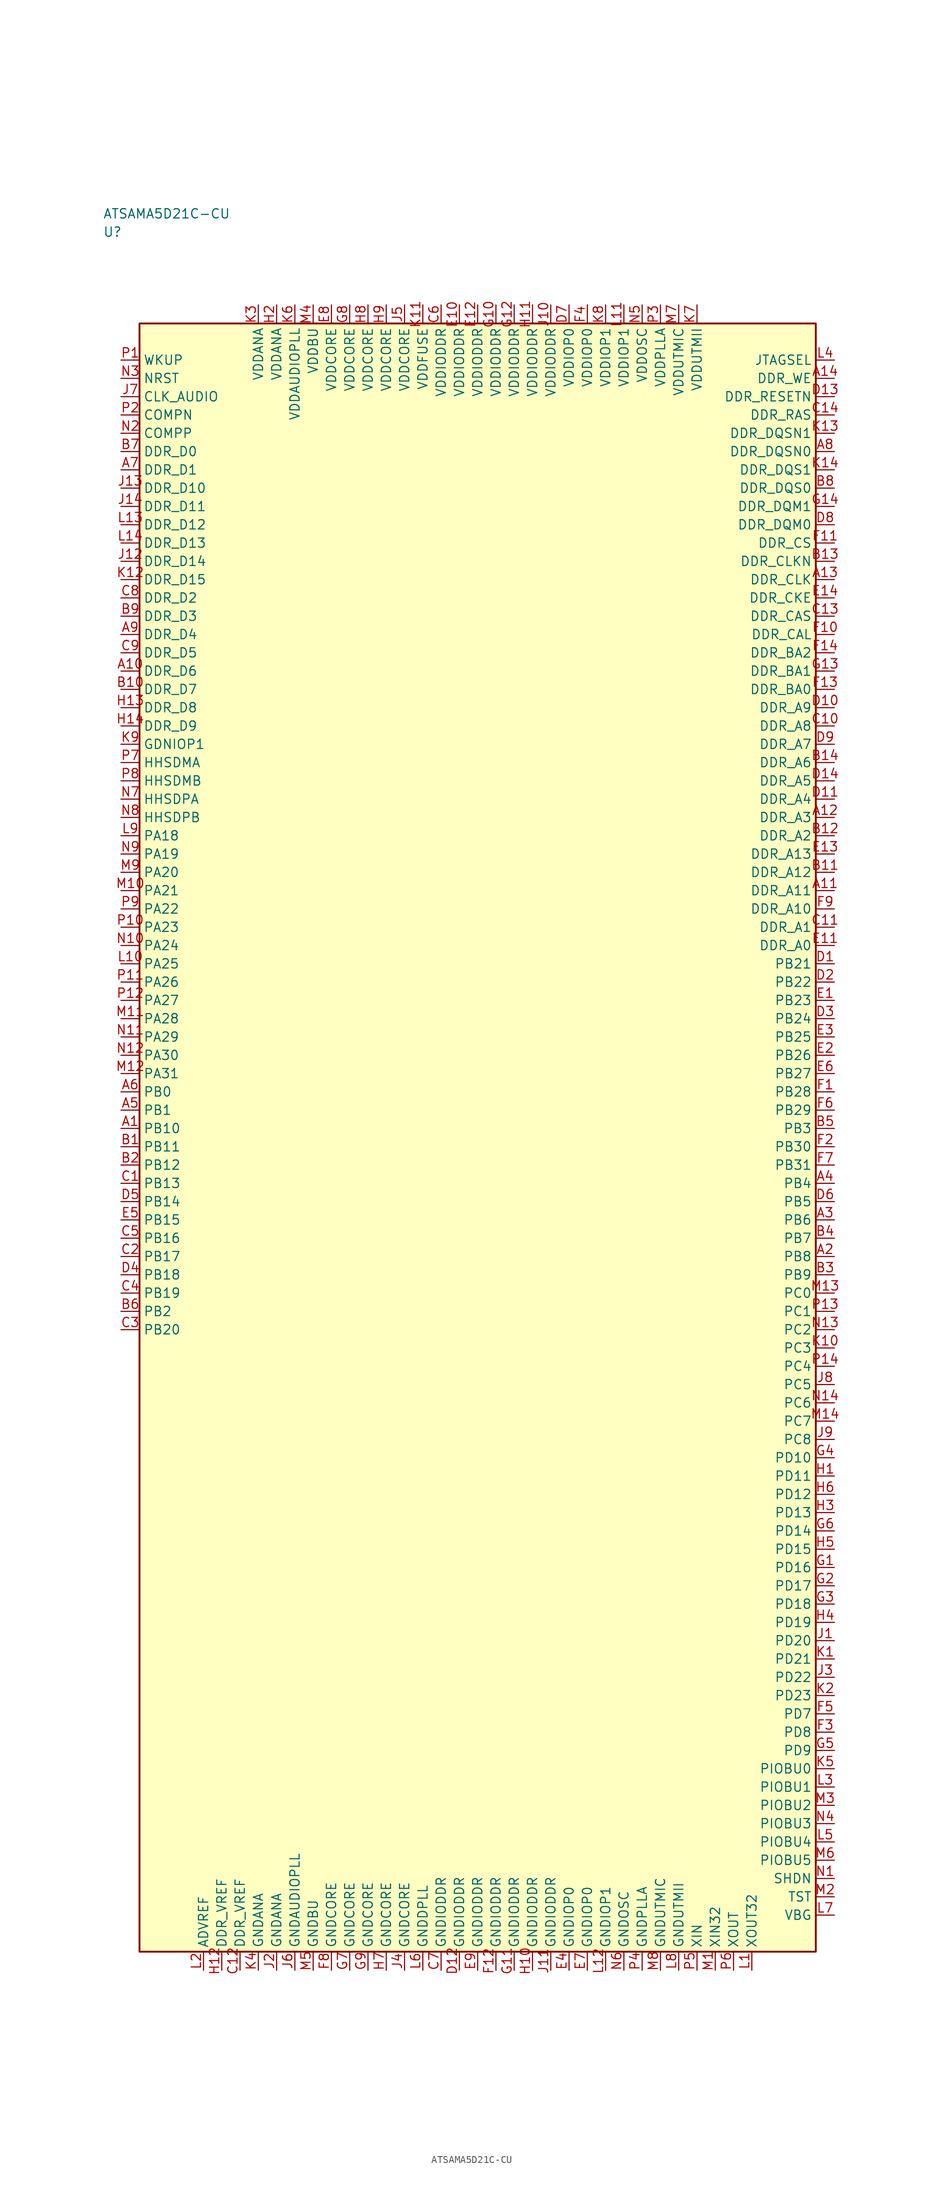
<source format=kicad_sym>
(kicad_symbol_lib
  (version 20241025)
  (generator "kicad_symbol_editor")
  (generator_version "8.0")
  (symbol "ATSAMA5D21C-CU"
    (property "Reference" "U"
      (at -51.25 123.75 0)
      (effects (font (size 1.27 1.27)) (justify left)))
    (property "Value" "ATSAMA5D21C-CU"
      (at -51.25 126.25 0)
      (effects (font (size 1.27 1.27)) (justify left)))
    (symbol "ATSAMA5D21C-CU_0_1"
      (rectangle (start -46.25 111.25) (end 46.25 -111.25) (stroke (width 0.254) (type default)) (fill (type background))))
    (symbol "ATSAMA5D21C-CU_1_1"
      (pin bidirectional line (at -48.79 41.25 0.0) (length 2.54) (name "PA18" (effects (font (size 1.27 1.27)))) (number "L9" (effects (font (size 1.27 1.27)))))
      (pin bidirectional line (at -48.79 38.75 0.0) (length 2.54) (name "PA19" (effects (font (size 1.27 1.27)))) (number "N9" (effects (font (size 1.27 1.27)))))
      (pin bidirectional line (at -48.79 36.25 0.0) (length 2.54) (name "PA20" (effects (font (size 1.27 1.27)))) (number "M9" (effects (font (size 1.27 1.27)))))
      (pin bidirectional line (at -48.79 33.75 0.0) (length 2.54) (name "PA21" (effects (font (size 1.27 1.27)))) (number "M10" (effects (font (size 1.27 1.27)))))
      (pin bidirectional line (at -48.79 31.25 0.0) (length 2.54) (name "PA22" (effects (font (size 1.27 1.27)))) (number "P9" (effects (font (size 1.27 1.27)))))
      (pin bidirectional line (at -48.79 28.75 0.0) (length 2.54) (name "PA23" (effects (font (size 1.27 1.27)))) (number "P10" (effects (font (size 1.27 1.27)))))
      (pin bidirectional line (at -48.79 26.25 0.0) (length 2.54) (name "PA24" (effects (font (size 1.27 1.27)))) (number "N10" (effects (font (size 1.27 1.27)))))
      (pin bidirectional line (at -48.79 23.75 0.0) (length 2.54) (name "PA25" (effects (font (size 1.27 1.27)))) (number "L10" (effects (font (size 1.27 1.27)))))
      (pin bidirectional line (at -48.79 21.25 0.0) (length 2.54) (name "PA26" (effects (font (size 1.27 1.27)))) (number "P11" (effects (font (size 1.27 1.27)))))
      (pin bidirectional line (at -48.79 18.75 0.0) (length 2.54) (name "PA27" (effects (font (size 1.27 1.27)))) (number "P12" (effects (font (size 1.27 1.27)))))
      (pin bidirectional line (at -48.79 16.25 0.0) (length 2.54) (name "PA28" (effects (font (size 1.27 1.27)))) (number "M11" (effects (font (size 1.27 1.27)))))
      (pin bidirectional line (at -48.79 13.75 0.0) (length 2.54) (name "PA29" (effects (font (size 1.27 1.27)))) (number "N11" (effects (font (size 1.27 1.27)))))
      (pin bidirectional line (at -48.79 11.25 0.0) (length 2.54) (name "PA30" (effects (font (size 1.27 1.27)))) (number "N12" (effects (font (size 1.27 1.27)))))
      (pin bidirectional line (at -48.79 8.75 0.0) (length 2.54) (name "PA31" (effects (font (size 1.27 1.27)))) (number "M12" (effects (font (size 1.27 1.27)))))
      (pin bidirectional line (at -48.79 6.25 0.0) (length 2.54) (name "PB0" (effects (font (size 1.27 1.27)))) (number "A6" (effects (font (size 1.27 1.27)))))
      (pin bidirectional line (at -48.79 3.75 0.0) (length 2.54) (name "PB1" (effects (font (size 1.27 1.27)))) (number "A5" (effects (font (size 1.27 1.27)))))
      (pin bidirectional line (at -48.79 -23.75 0.0) (length 2.54) (name "PB2" (effects (font (size 1.27 1.27)))) (number "B6" (effects (font (size 1.27 1.27)))))
      (pin bidirectional line (at 48.79 1.25 180.0) (length 2.54) (name "PB3" (effects (font (size 1.27 1.27)))) (number "B5" (effects (font (size 1.27 1.27)))))
      (pin bidirectional line (at 48.79 -6.25 180.0) (length 2.54) (name "PB4" (effects (font (size 1.27 1.27)))) (number "A4" (effects (font (size 1.27 1.27)))))
      (pin bidirectional line (at 48.79 -8.75 180.0) (length 2.54) (name "PB5" (effects (font (size 1.27 1.27)))) (number "D6" (effects (font (size 1.27 1.27)))))
      (pin bidirectional line (at 48.79 -11.25 180.0) (length 2.54) (name "PB6" (effects (font (size 1.27 1.27)))) (number "A3" (effects (font (size 1.27 1.27)))))
      (pin bidirectional line (at 48.79 -13.75 180.0) (length 2.54) (name "PB7" (effects (font (size 1.27 1.27)))) (number "B4" (effects (font (size 1.27 1.27)))))
      (pin bidirectional line (at 48.79 -16.25 180.0) (length 2.54) (name "PB8" (effects (font (size 1.27 1.27)))) (number "A2" (effects (font (size 1.27 1.27)))))
      (pin bidirectional line (at 48.79 -18.75 180.0) (length 2.54) (name "PB9" (effects (font (size 1.27 1.27)))) (number "B3" (effects (font (size 1.27 1.27)))))
      (pin bidirectional line (at -48.79 1.25 0.0) (length 2.54) (name "PB10" (effects (font (size 1.27 1.27)))) (number "A1" (effects (font (size 1.27 1.27)))))
      (pin bidirectional line (at -48.79 -1.25 0.0) (length 2.54) (name "PB11" (effects (font (size 1.27 1.27)))) (number "B1" (effects (font (size 1.27 1.27)))))
      (pin bidirectional line (at -48.79 -3.75 0.0) (length 2.54) (name "PB12" (effects (font (size 1.27 1.27)))) (number "B2" (effects (font (size 1.27 1.27)))))
      (pin bidirectional line (at -48.79 -6.25 0.0) (length 2.54) (name "PB13" (effects (font (size 1.27 1.27)))) (number "C1" (effects (font (size 1.27 1.27)))))
      (pin bidirectional line (at -48.79 -8.75 0.0) (length 2.54) (name "PB14" (effects (font (size 1.27 1.27)))) (number "D5" (effects (font (size 1.27 1.27)))))
      (pin bidirectional line (at -48.79 -11.25 0.0) (length 2.54) (name "PB15" (effects (font (size 1.27 1.27)))) (number "E5" (effects (font (size 1.27 1.27)))))
      (pin bidirectional line (at -48.79 -13.75 0.0) (length 2.54) (name "PB16" (effects (font (size 1.27 1.27)))) (number "C5" (effects (font (size 1.27 1.27)))))
      (pin bidirectional line (at -48.79 -16.25 0.0) (length 2.54) (name "PB17" (effects (font (size 1.27 1.27)))) (number "C2" (effects (font (size 1.27 1.27)))))
      (pin bidirectional line (at -48.79 -18.75 0.0) (length 2.54) (name "PB18" (effects (font (size 1.27 1.27)))) (number "D4" (effects (font (size 1.27 1.27)))))
      (pin bidirectional line (at -48.79 -21.25 0.0) (length 2.54) (name "PB19" (effects (font (size 1.27 1.27)))) (number "C4" (effects (font (size 1.27 1.27)))))
      (pin bidirectional line (at -48.79 -26.25 0.0) (length 2.54) (name "PB20" (effects (font (size 1.27 1.27)))) (number "C3" (effects (font (size 1.27 1.27)))))
      (pin bidirectional line (at 48.79 23.75 180.0) (length 2.54) (name "PB21" (effects (font (size 1.27 1.27)))) (number "D1" (effects (font (size 1.27 1.27)))))
      (pin bidirectional line (at 48.79 21.25 180.0) (length 2.54) (name "PB22" (effects (font (size 1.27 1.27)))) (number "D2" (effects (font (size 1.27 1.27)))))
      (pin bidirectional line (at 48.79 18.75 180.0) (length 2.54) (name "PB23" (effects (font (size 1.27 1.27)))) (number "E1" (effects (font (size 1.27 1.27)))))
      (pin bidirectional line (at 48.79 16.25 180.0) (length 2.54) (name "PB24" (effects (font (size 1.27 1.27)))) (number "D3" (effects (font (size 1.27 1.27)))))
      (pin bidirectional line (at 48.79 13.75 180.0) (length 2.54) (name "PB25" (effects (font (size 1.27 1.27)))) (number "E3" (effects (font (size 1.27 1.27)))))
      (pin bidirectional line (at 48.79 11.25 180.0) (length 2.54) (name "PB26" (effects (font (size 1.27 1.27)))) (number "E2" (effects (font (size 1.27 1.27)))))
      (pin bidirectional line (at 48.79 8.75 180.0) (length 2.54) (name "PB27" (effects (font (size 1.27 1.27)))) (number "E6" (effects (font (size 1.27 1.27)))))
      (pin bidirectional line (at 48.79 6.25 180.0) (length 2.54) (name "PB28" (effects (font (size 1.27 1.27)))) (number "F1" (effects (font (size 1.27 1.27)))))
      (pin bidirectional line (at 48.79 3.75 180.0) (length 2.54) (name "PB29" (effects (font (size 1.27 1.27)))) (number "F6" (effects (font (size 1.27 1.27)))))
      (pin bidirectional line (at 48.79 -1.25 180.0) (length 2.54) (name "PB30" (effects (font (size 1.27 1.27)))) (number "F2" (effects (font (size 1.27 1.27)))))
      (pin bidirectional line (at 48.79 -3.75 180.0) (length 2.54) (name "PB31" (effects (font (size 1.27 1.27)))) (number "F7" (effects (font (size 1.27 1.27)))))
      (pin bidirectional line (at 48.79 -21.25 180.0) (length 2.54) (name "PC0" (effects (font (size 1.27 1.27)))) (number "M13" (effects (font (size 1.27 1.27)))))
      (pin bidirectional line (at 48.79 -23.75 180.0) (length 2.54) (name "PC1" (effects (font (size 1.27 1.27)))) (number "P13" (effects (font (size 1.27 1.27)))))
      (pin bidirectional line (at 48.79 -26.25 180.0) (length 2.54) (name "PC2" (effects (font (size 1.27 1.27)))) (number "N13" (effects (font (size 1.27 1.27)))))
      (pin bidirectional line (at 48.79 -28.75 180.0) (length 2.54) (name "PC3" (effects (font (size 1.27 1.27)))) (number "K10" (effects (font (size 1.27 1.27)))))
      (pin bidirectional line (at 48.79 -31.25 180.0) (length 2.54) (name "PC4" (effects (font (size 1.27 1.27)))) (number "P14" (effects (font (size 1.27 1.27)))))
      (pin bidirectional line (at 48.79 -33.75 180.0) (length 2.54) (name "PC5" (effects (font (size 1.27 1.27)))) (number "J8" (effects (font (size 1.27 1.27)))))
      (pin bidirectional line (at 48.79 -36.25 180.0) (length 2.54) (name "PC6" (effects (font (size 1.27 1.27)))) (number "N14" (effects (font (size 1.27 1.27)))))
      (pin bidirectional line (at 48.79 -38.75 180.0) (length 2.54) (name "PC7" (effects (font (size 1.27 1.27)))) (number "M14" (effects (font (size 1.27 1.27)))))
      (pin bidirectional line (at 48.79 -41.25 180.0) (length 2.54) (name "PC8" (effects (font (size 1.27 1.27)))) (number "J9" (effects (font (size 1.27 1.27)))))
      (pin bidirectional line (at 48.79 -78.75 180.0) (length 2.54) (name "PD7" (effects (font (size 1.27 1.27)))) (number "F5" (effects (font (size 1.27 1.27)))))
      (pin bidirectional line (at 48.79 -81.25 180.0) (length 2.54) (name "PD8" (effects (font (size 1.27 1.27)))) (number "F3" (effects (font (size 1.27 1.27)))))
      (pin bidirectional line (at 48.79 -83.75 180.0) (length 2.54) (name "PD9" (effects (font (size 1.27 1.27)))) (number "G5" (effects (font (size 1.27 1.27)))))
      (pin bidirectional line (at 48.79 -43.75 180.0) (length 2.54) (name "PD10" (effects (font (size 1.27 1.27)))) (number "G4" (effects (font (size 1.27 1.27)))))
      (pin bidirectional line (at 48.79 -46.25 180.0) (length 2.54) (name "PD11" (effects (font (size 1.27 1.27)))) (number "H1" (effects (font (size 1.27 1.27)))))
      (pin bidirectional line (at 48.79 -48.75 180.0) (length 2.54) (name "PD12" (effects (font (size 1.27 1.27)))) (number "H6" (effects (font (size 1.27 1.27)))))
      (pin bidirectional line (at 48.79 -51.25 180.0) (length 2.54) (name "PD13" (effects (font (size 1.27 1.27)))) (number "H3" (effects (font (size 1.27 1.27)))))
      (pin bidirectional line (at 48.79 -53.75 180.0) (length 2.54) (name "PD14" (effects (font (size 1.27 1.27)))) (number "G6" (effects (font (size 1.27 1.27)))))
      (pin bidirectional line (at 48.79 -56.25 180.0) (length 2.54) (name "PD15" (effects (font (size 1.27 1.27)))) (number "H5" (effects (font (size 1.27 1.27)))))
      (pin bidirectional line (at 48.79 -58.75 180.0) (length 2.54) (name "PD16" (effects (font (size 1.27 1.27)))) (number "G1" (effects (font (size 1.27 1.27)))))
      (pin bidirectional line (at 48.79 -61.25 180.0) (length 2.54) (name "PD17" (effects (font (size 1.27 1.27)))) (number "G2" (effects (font (size 1.27 1.27)))))
      (pin bidirectional line (at 48.79 -63.75 180.0) (length 2.54) (name "PD18" (effects (font (size 1.27 1.27)))) (number "G3" (effects (font (size 1.27 1.27)))))
      (pin bidirectional line (at 48.79 -66.25 180.0) (length 2.54) (name "PD19" (effects (font (size 1.27 1.27)))) (number "H4" (effects (font (size 1.27 1.27)))))
      (pin bidirectional line (at 48.79 -68.75 180.0) (length 2.54) (name "PD20" (effects (font (size 1.27 1.27)))) (number "J1" (effects (font (size 1.27 1.27)))))
      (pin bidirectional line (at 48.79 -71.25 180.0) (length 2.54) (name "PD21" (effects (font (size 1.27 1.27)))) (number "K1" (effects (font (size 1.27 1.27)))))
      (pin bidirectional line (at 48.79 -73.75 180.0) (length 2.54) (name "PD22" (effects (font (size 1.27 1.27)))) (number "J3" (effects (font (size 1.27 1.27)))))
      (pin bidirectional line (at 48.79 -76.25 180.0) (length 2.54) (name "PD23" (effects (font (size 1.27 1.27)))) (number "K2" (effects (font (size 1.27 1.27)))))
      (pin power_in line (at -30.0 113.79 270.0) (length 2.54) (name "VDDANA" (effects (font (size 1.27 1.27)))) (number "K3" (effects (font (size 1.27 1.27)))))
      (pin passive line (at -30.0 -113.79 90.0) (length 2.54) (name "GNDANA" (effects (font (size 1.27 1.27)))) (number "K4" (effects (font (size 1.27 1.27)))))
      (pin passive line (at -37.5 -113.79 90.0) (length 2.54) (name "ADVREF" (effects (font (size 1.27 1.27)))) (number "L2" (effects (font (size 1.27 1.27)))))
      (pin power_in line (at -27.5 113.79 270.0) (length 2.54) (name "VDDANA" (effects (font (size 1.27 1.27)))) (number "H2" (effects (font (size 1.27 1.27)))))
      (pin passive line (at -27.5 -113.79 90.0) (length 2.54) (name "GNDANA" (effects (font (size 1.27 1.27)))) (number "J2" (effects (font (size 1.27 1.27)))))
      (pin passive line (at -35.0 -113.79 90.0) (length 2.54) (name "DDR_VREF" (effects (font (size 1.27 1.27)))) (number "H12" (effects (font (size 1.27 1.27)))))
      (pin passive line (at -32.5 -113.79 90.0) (length 2.54) (name "DDR_VREF" (effects (font (size 1.27 1.27)))) (number "C12" (effects (font (size 1.27 1.27)))))
      (pin bidirectional line (at -48.79 93.75 0.0) (length 2.54) (name "DDR_D0" (effects (font (size 1.27 1.27)))) (number "B7" (effects (font (size 1.27 1.27)))))
      (pin bidirectional line (at -48.79 91.25 0.0) (length 2.54) (name "DDR_D1" (effects (font (size 1.27 1.27)))) (number "A7" (effects (font (size 1.27 1.27)))))
      (pin bidirectional line (at -48.79 73.75 0.0) (length 2.54) (name "DDR_D2" (effects (font (size 1.27 1.27)))) (number "C8" (effects (font (size 1.27 1.27)))))
      (pin bidirectional line (at -48.79 71.25 0.0) (length 2.54) (name "DDR_D3" (effects (font (size 1.27 1.27)))) (number "B9" (effects (font (size 1.27 1.27)))))
      (pin bidirectional line (at -48.79 68.75 0.0) (length 2.54) (name "DDR_D4" (effects (font (size 1.27 1.27)))) (number "A9" (effects (font (size 1.27 1.27)))))
      (pin bidirectional line (at -48.79 66.25 0.0) (length 2.54) (name "DDR_D5" (effects (font (size 1.27 1.27)))) (number "C9" (effects (font (size 1.27 1.27)))))
      (pin bidirectional line (at -48.79 63.75 0.0) (length 2.54) (name "DDR_D6" (effects (font (size 1.27 1.27)))) (number "A10" (effects (font (size 1.27 1.27)))))
      (pin bidirectional line (at -48.79 61.25 0.0) (length 2.54) (name "DDR_D7" (effects (font (size 1.27 1.27)))) (number "B10" (effects (font (size 1.27 1.27)))))
      (pin bidirectional line (at -48.79 58.75 0.0) (length 2.54) (name "DDR_D8" (effects (font (size 1.27 1.27)))) (number "H13" (effects (font (size 1.27 1.27)))))
      (pin bidirectional line (at -48.79 56.25 0.0) (length 2.54) (name "DDR_D9" (effects (font (size 1.27 1.27)))) (number "H14" (effects (font (size 1.27 1.27)))))
      (pin bidirectional line (at -48.79 88.75 0.0) (length 2.54) (name "DDR_D10" (effects (font (size 1.27 1.27)))) (number "J13" (effects (font (size 1.27 1.27)))))
      (pin bidirectional line (at -48.79 86.25 0.0) (length 2.54) (name "DDR_D11" (effects (font (size 1.27 1.27)))) (number "J14" (effects (font (size 1.27 1.27)))))
      (pin bidirectional line (at -48.79 83.75 0.0) (length 2.54) (name "DDR_D12" (effects (font (size 1.27 1.27)))) (number "L13" (effects (font (size 1.27 1.27)))))
      (pin bidirectional line (at -48.79 81.25 0.0) (length 2.54) (name "DDR_D13" (effects (font (size 1.27 1.27)))) (number "L14" (effects (font (size 1.27 1.27)))))
      (pin bidirectional line (at -48.79 78.75 0.0) (length 2.54) (name "DDR_D14" (effects (font (size 1.27 1.27)))) (number "J12" (effects (font (size 1.27 1.27)))))
      (pin bidirectional line (at -48.79 76.25 0.0) (length 2.54) (name "DDR_D15" (effects (font (size 1.27 1.27)))) (number "K12" (effects (font (size 1.27 1.27)))))
      (pin output line (at 48.79 26.25 180.0) (length 2.54) (name "DDR_A0" (effects (font (size 1.27 1.27)))) (number "E11" (effects (font (size 1.27 1.27)))))
      (pin output line (at 48.79 28.75 180.0) (length 2.54) (name "DDR_A1" (effects (font (size 1.27 1.27)))) (number "C11" (effects (font (size 1.27 1.27)))))
      (pin output line (at 48.79 41.25 180.0) (length 2.54) (name "DDR_A2" (effects (font (size 1.27 1.27)))) (number "B12" (effects (font (size 1.27 1.27)))))
      (pin output line (at 48.79 43.75 180.0) (length 2.54) (name "DDR_A3" (effects (font (size 1.27 1.27)))) (number "A12" (effects (font (size 1.27 1.27)))))
      (pin output line (at 48.79 46.25 180.0) (length 2.54) (name "DDR_A4" (effects (font (size 1.27 1.27)))) (number "D11" (effects (font (size 1.27 1.27)))))
      (pin output line (at 48.79 48.75 180.0) (length 2.54) (name "DDR_A5" (effects (font (size 1.27 1.27)))) (number "D14" (effects (font (size 1.27 1.27)))))
      (pin output line (at 48.79 51.25 180.0) (length 2.54) (name "DDR_A6" (effects (font (size 1.27 1.27)))) (number "B14" (effects (font (size 1.27 1.27)))))
      (pin output line (at 48.79 53.75 180.0) (length 2.54) (name "DDR_A7" (effects (font (size 1.27 1.27)))) (number "D9" (effects (font (size 1.27 1.27)))))
      (pin output line (at 48.79 56.25 180.0) (length 2.54) (name "DDR_A8" (effects (font (size 1.27 1.27)))) (number "C10" (effects (font (size 1.27 1.27)))))
      (pin output line (at 48.79 58.75 180.0) (length 2.54) (name "DDR_A9" (effects (font (size 1.27 1.27)))) (number "D10" (effects (font (size 1.27 1.27)))))
      (pin output line (at 48.79 31.25 180.0) (length 2.54) (name "DDR_A10" (effects (font (size 1.27 1.27)))) (number "F9" (effects (font (size 1.27 1.27)))))
      (pin output line (at 48.79 33.75 180.0) (length 2.54) (name "DDR_A11" (effects (font (size 1.27 1.27)))) (number "A11" (effects (font (size 1.27 1.27)))))
      (pin output line (at 48.79 36.25 180.0) (length 2.54) (name "DDR_A12" (effects (font (size 1.27 1.27)))) (number "B11" (effects (font (size 1.27 1.27)))))
      (pin output line (at 48.79 38.75 180.0) (length 2.54) (name "DDR_A13" (effects (font (size 1.27 1.27)))) (number "E13" (effects (font (size 1.27 1.27)))))
      (pin output line (at 48.79 76.25 180.0) (length 2.54) (name "DDR_CLK" (effects (font (size 1.27 1.27)))) (number "A13" (effects (font (size 1.27 1.27)))))
      (pin output line (at 48.79 78.75 180.0) (length 2.54) (name "DDR_CLKN" (effects (font (size 1.27 1.27)))) (number "B13" (effects (font (size 1.27 1.27)))))
      (pin output line (at 48.79 73.75 180.0) (length 2.54) (name "DDR_CKE" (effects (font (size 1.27 1.27)))) (number "E14" (effects (font (size 1.27 1.27)))))
      (pin output line (at 48.79 101.25 180.0) (length 2.54) (name "DDR_RESETN" (effects (font (size 1.27 1.27)))) (number "D13" (effects (font (size 1.27 1.27)))))
      (pin output line (at 48.79 81.25 180.0) (length 2.54) (name "DDR_CS" (effects (font (size 1.27 1.27)))) (number "F11" (effects (font (size 1.27 1.27)))))
      (pin output line (at 48.79 103.75 180.0) (length 2.54) (name "DDR_WE" (effects (font (size 1.27 1.27)))) (number "A14" (effects (font (size 1.27 1.27)))))
      (pin output line (at 48.79 98.75 180.0) (length 2.54) (name "DDR_RAS" (effects (font (size 1.27 1.27)))) (number "C14" (effects (font (size 1.27 1.27)))))
      (pin output line (at 48.79 71.25 180.0) (length 2.54) (name "DDR_CAS" (effects (font (size 1.27 1.27)))) (number "C13" (effects (font (size 1.27 1.27)))))
      (pin output line (at 48.79 83.75 180.0) (length 2.54) (name "DDR_DQM0" (effects (font (size 1.27 1.27)))) (number "D8" (effects (font (size 1.27 1.27)))))
      (pin output line (at 48.79 86.25 180.0) (length 2.54) (name "DDR_DQM1" (effects (font (size 1.27 1.27)))) (number "G14" (effects (font (size 1.27 1.27)))))
      (pin output line (at 48.79 88.75 180.0) (length 2.54) (name "DDR_DQS0" (effects (font (size 1.27 1.27)))) (number "B8" (effects (font (size 1.27 1.27)))))
      (pin output line (at 48.79 91.25 180.0) (length 2.54) (name "DDR_DQS1" (effects (font (size 1.27 1.27)))) (number "K14" (effects (font (size 1.27 1.27)))))
      (pin output line (at 48.79 93.75 180.0) (length 2.54) (name "DDR_DQSN0" (effects (font (size 1.27 1.27)))) (number "A8" (effects (font (size 1.27 1.27)))))
      (pin output line (at 48.79 96.25 180.0) (length 2.54) (name "DDR_DQSN1" (effects (font (size 1.27 1.27)))) (number "K13" (effects (font (size 1.27 1.27)))))
      (pin output line (at 48.79 61.25 180.0) (length 2.54) (name "DDR_BA0" (effects (font (size 1.27 1.27)))) (number "F13" (effects (font (size 1.27 1.27)))))
      (pin output line (at 48.79 63.75 180.0) (length 2.54) (name "DDR_BA1" (effects (font (size 1.27 1.27)))) (number "G13" (effects (font (size 1.27 1.27)))))
      (pin output line (at 48.79 66.25 180.0) (length 2.54) (name "DDR_BA2" (effects (font (size 1.27 1.27)))) (number "F14" (effects (font (size 1.27 1.27)))))
      (pin output line (at 48.79 68.75 180.0) (length 2.54) (name "DDR_CAL" (effects (font (size 1.27 1.27)))) (number "F10" (effects (font (size 1.27 1.27)))))
      (pin power_in line (at -5.0 113.79 270.0) (length 2.54) (name "VDDIODDR" (effects (font (size 1.27 1.27)))) (number "C6" (effects (font (size 1.27 1.27)))))
      (pin power_in line (at -2.5 113.79 270.0) (length 2.54) (name "VDDIODDR" (effects (font (size 1.27 1.27)))) (number "E10" (effects (font (size 1.27 1.27)))))
      (pin power_in line (at 0.0 113.79 270.0) (length 2.54) (name "VDDIODDR" (effects (font (size 1.27 1.27)))) (number "E12" (effects (font (size 1.27 1.27)))))
      (pin power_in line (at 2.5 113.79 270.0) (length 2.54) (name "VDDIODDR" (effects (font (size 1.27 1.27)))) (number "G10" (effects (font (size 1.27 1.27)))))
      (pin power_in line (at 5.0 113.79 270.0) (length 2.54) (name "VDDIODDR" (effects (font (size 1.27 1.27)))) (number "G12" (effects (font (size 1.27 1.27)))))
      (pin power_in line (at 7.5 113.79 270.0) (length 2.54) (name "VDDIODDR" (effects (font (size 1.27 1.27)))) (number "H11" (effects (font (size 1.27 1.27)))))
      (pin power_in line (at 10.0 113.79 270.0) (length 2.54) (name "VDDIODDR" (effects (font (size 1.27 1.27)))) (number "J10" (effects (font (size 1.27 1.27)))))
      (pin passive line (at -5.0 -113.79 90.0) (length 2.54) (name "GNDIODDR" (effects (font (size 1.27 1.27)))) (number "C7" (effects (font (size 1.27 1.27)))))
      (pin passive line (at -2.5 -113.79 90.0) (length 2.54) (name "GNDIODDR" (effects (font (size 1.27 1.27)))) (number "D12" (effects (font (size 1.27 1.27)))))
      (pin passive line (at 0.0 -113.79 90.0) (length 2.54) (name "GNDIODDR" (effects (font (size 1.27 1.27)))) (number "E9" (effects (font (size 1.27 1.27)))))
      (pin passive line (at 2.5 -113.79 90.0) (length 2.54) (name "GNDIODDR" (effects (font (size 1.27 1.27)))) (number "F12" (effects (font (size 1.27 1.27)))))
      (pin passive line (at 5.0 -113.79 90.0) (length 2.54) (name "GNDIODDR" (effects (font (size 1.27 1.27)))) (number "G11" (effects (font (size 1.27 1.27)))))
      (pin passive line (at 7.5 -113.79 90.0) (length 2.54) (name "GNDIODDR" (effects (font (size 1.27 1.27)))) (number "H10" (effects (font (size 1.27 1.27)))))
      (pin passive line (at 10.0 -113.79 90.0) (length 2.54) (name "GNDIODDR" (effects (font (size 1.27 1.27)))) (number "J11" (effects (font (size 1.27 1.27)))))
      (pin power_in line (at -20.0 113.79 270.0) (length 2.54) (name "VDDCORE" (effects (font (size 1.27 1.27)))) (number "E8" (effects (font (size 1.27 1.27)))))
      (pin power_in line (at -17.5 113.79 270.0) (length 2.54) (name "VDDCORE" (effects (font (size 1.27 1.27)))) (number "G8" (effects (font (size 1.27 1.27)))))
      (pin power_in line (at -15.0 113.79 270.0) (length 2.54) (name "VDDCORE" (effects (font (size 1.27 1.27)))) (number "H8" (effects (font (size 1.27 1.27)))))
      (pin power_in line (at -12.5 113.79 270.0) (length 2.54) (name "VDDCORE" (effects (font (size 1.27 1.27)))) (number "H9" (effects (font (size 1.27 1.27)))))
      (pin power_in line (at -10.0 113.79 270.0) (length 2.54) (name "VDDCORE" (effects (font (size 1.27 1.27)))) (number "J5" (effects (font (size 1.27 1.27)))))
      (pin passive line (at -20.0 -113.79 90.0) (length 2.54) (name "GNDCORE" (effects (font (size 1.27 1.27)))) (number "F8" (effects (font (size 1.27 1.27)))))
      (pin passive line (at -17.5 -113.79 90.0) (length 2.54) (name "GNDCORE" (effects (font (size 1.27 1.27)))) (number "G7" (effects (font (size 1.27 1.27)))))
      (pin passive line (at -15.0 -113.79 90.0) (length 2.54) (name "GNDCORE" (effects (font (size 1.27 1.27)))) (number "G9" (effects (font (size 1.27 1.27)))))
      (pin passive line (at -12.5 -113.79 90.0) (length 2.54) (name "GNDCORE" (effects (font (size 1.27 1.27)))) (number "H7" (effects (font (size 1.27 1.27)))))
      (pin passive line (at -10.0 -113.79 90.0) (length 2.54) (name "GNDCORE" (effects (font (size 1.27 1.27)))) (number "J4" (effects (font (size 1.27 1.27)))))
      (pin power_in line (at 12.5 113.79 270.0) (length 2.54) (name "VDDIOP0" (effects (font (size 1.27 1.27)))) (number "D7" (effects (font (size 1.27 1.27)))))
      (pin power_in line (at 15.0 113.79 270.0) (length 2.54) (name "VDDIOP0" (effects (font (size 1.27 1.27)))) (number "F4" (effects (font (size 1.27 1.27)))))
      (pin passive line (at 12.5 -113.79 90.0) (length 2.54) (name "GNDIOP0" (effects (font (size 1.27 1.27)))) (number "E4" (effects (font (size 1.27 1.27)))))
      (pin passive line (at 15.0 -113.79 90.0) (length 2.54) (name "GNDIOP0" (effects (font (size 1.27 1.27)))) (number "E7" (effects (font (size 1.27 1.27)))))
      (pin power_in line (at 17.5 113.79 270.0) (length 2.54) (name "VDDIOP1" (effects (font (size 1.27 1.27)))) (number "K8" (effects (font (size 1.27 1.27)))))
      (pin power_in line (at 20.0 113.79 270.0) (length 2.54) (name "VDDIOP1" (effects (font (size 1.27 1.27)))) (number "L11" (effects (font (size 1.27 1.27)))))
      (pin bidirectional line (at -48.79 53.75 0.0) (length 2.54) (name "GDNIOP1" (effects (font (size 1.27 1.27)))) (number "K9" (effects (font (size 1.27 1.27)))))
      (pin passive line (at 17.5 -113.79 90.0) (length 2.54) (name "GNDIOP1" (effects (font (size 1.27 1.27)))) (number "L12" (effects (font (size 1.27 1.27)))))
      (pin power_in line (at -7.5 113.79 270.0) (length 2.54) (name "VDDFUSE" (effects (font (size 1.27 1.27)))) (number "K11" (effects (font (size 1.27 1.27)))))
      (pin power_in line (at 25.0 113.79 270.0) (length 2.54) (name "VDDPLLA" (effects (font (size 1.27 1.27)))) (number "P3" (effects (font (size 1.27 1.27)))))
      (pin passive line (at 22.5 -113.79 90.0) (length 2.54) (name "GNDPLLA" (effects (font (size 1.27 1.27)))) (number "P4" (effects (font (size 1.27 1.27)))))
      (pin power_in line (at -25.0 113.79 270.0) (length 2.54) (name "VDDAUDIOPLL" (effects (font (size 1.27 1.27)))) (number "K6" (effects (font (size 1.27 1.27)))))
      (pin passive line (at -7.5 -113.79 90.0) (length 2.54) (name "GNDDPLL" (effects (font (size 1.27 1.27)))) (number "L6" (effects (font (size 1.27 1.27)))))
      (pin passive line (at -25.0 -113.79 90.0) (length 2.54) (name "GNDAUDIOPLL" (effects (font (size 1.27 1.27)))) (number "J6" (effects (font (size 1.27 1.27)))))
      (pin bidirectional line (at -48.79 101.25 0.0) (length 2.54) (name "CLK_AUDIO" (effects (font (size 1.27 1.27)))) (number "J7" (effects (font (size 1.27 1.27)))))
      (pin passive line (at 30.0 -113.79 90.0) (length 2.54) (name "XIN" (effects (font (size 1.27 1.27)))) (number "P5" (effects (font (size 1.27 1.27)))))
      (pin passive line (at 35.0 -113.79 90.0) (length 2.54) (name "XOUT" (effects (font (size 1.27 1.27)))) (number "P6" (effects (font (size 1.27 1.27)))))
      (pin power_in line (at 22.5 113.79 270.0) (length 2.54) (name "VDDOSC" (effects (font (size 1.27 1.27)))) (number "N5" (effects (font (size 1.27 1.27)))))
      (pin passive line (at 20.0 -113.79 90.0) (length 2.54) (name "GNDOSC" (effects (font (size 1.27 1.27)))) (number "N6" (effects (font (size 1.27 1.27)))))
      (pin power_in line (at 30.0 113.79 270.0) (length 2.54) (name "VDDUTMII" (effects (font (size 1.27 1.27)))) (number "K7" (effects (font (size 1.27 1.27)))))
      (pin passive line (at 27.5 -113.79 90.0) (length 2.54) (name "GNDUTMII" (effects (font (size 1.27 1.27)))) (number "L8" (effects (font (size 1.27 1.27)))))
      (pin bidirectional line (at -48.79 46.25 0.0) (length 2.54) (name "HHSDPA" (effects (font (size 1.27 1.27)))) (number "N7" (effects (font (size 1.27 1.27)))))
      (pin bidirectional line (at -48.79 51.25 0.0) (length 2.54) (name "HHSDMA" (effects (font (size 1.27 1.27)))) (number "P7" (effects (font (size 1.27 1.27)))))
      (pin bidirectional line (at -48.79 43.75 0.0) (length 2.54) (name "HHSDPB" (effects (font (size 1.27 1.27)))) (number "N8" (effects (font (size 1.27 1.27)))))
      (pin bidirectional line (at -48.79 48.75 0.0) (length 2.54) (name "HHSDMB" (effects (font (size 1.27 1.27)))) (number "P8" (effects (font (size 1.27 1.27)))))
      (pin power_in line (at 27.5 113.79 270.0) (length 2.54) (name "VDDUTMIC" (effects (font (size 1.27 1.27)))) (number "M7" (effects (font (size 1.27 1.27)))))
      (pin passive line (at 25.0 -113.79 90.0) (length 2.54) (name "GNDUTMIC" (effects (font (size 1.27 1.27)))) (number "M8" (effects (font (size 1.27 1.27)))))
      (pin bidirectional line (at 48.79 -106.25 180.0) (length 2.54) (name "VBG" (effects (font (size 1.27 1.27)))) (number "L7" (effects (font (size 1.27 1.27)))))
      (pin bidirectional line (at 48.79 -103.75 180.0) (length 2.54) (name "TST" (effects (font (size 1.27 1.27)))) (number "M2" (effects (font (size 1.27 1.27)))))
      (pin input line (at -48.79 103.75 0.0) (length 2.54) (name "NRST" (effects (font (size 1.27 1.27)))) (number "N3" (effects (font (size 1.27 1.27)))))
      (pin output line (at 48.79 106.25 180.0) (length 2.54) (name "JTAGSEL" (effects (font (size 1.27 1.27)))) (number "L4" (effects (font (size 1.27 1.27)))))
      (pin input line (at -48.79 106.25 0.0) (length 2.54) (name "WKUP" (effects (font (size 1.27 1.27)))) (number "P1" (effects (font (size 1.27 1.27)))))
      (pin bidirectional line (at 48.79 -101.25 180.0) (length 2.54) (name "SHDN" (effects (font (size 1.27 1.27)))) (number "N1" (effects (font (size 1.27 1.27)))))
      (pin bidirectional line (at 48.79 -86.25 180.0) (length 2.54) (name "PIOBU0" (effects (font (size 1.27 1.27)))) (number "K5" (effects (font (size 1.27 1.27)))))
      (pin bidirectional line (at 48.79 -88.75 180.0) (length 2.54) (name "PIOBU1" (effects (font (size 1.27 1.27)))) (number "L3" (effects (font (size 1.27 1.27)))))
      (pin bidirectional line (at 48.79 -91.25 180.0) (length 2.54) (name "PIOBU2" (effects (font (size 1.27 1.27)))) (number "M3" (effects (font (size 1.27 1.27)))))
      (pin bidirectional line (at 48.79 -93.75 180.0) (length 2.54) (name "PIOBU3" (effects (font (size 1.27 1.27)))) (number "N4" (effects (font (size 1.27 1.27)))))
      (pin bidirectional line (at 48.79 -96.25 180.0) (length 2.54) (name "PIOBU4" (effects (font (size 1.27 1.27)))) (number "L5" (effects (font (size 1.27 1.27)))))
      (pin bidirectional line (at 48.79 -98.75 180.0) (length 2.54) (name "PIOBU5" (effects (font (size 1.27 1.27)))) (number "M6" (effects (font (size 1.27 1.27)))))
      (pin power_in line (at -22.5 113.79 270.0) (length 2.54) (name "VDDBU" (effects (font (size 1.27 1.27)))) (number "M4" (effects (font (size 1.27 1.27)))))
      (pin passive line (at -22.5 -113.79 90.0) (length 2.54) (name "GNDBU" (effects (font (size 1.27 1.27)))) (number "M5" (effects (font (size 1.27 1.27)))))
      (pin passive line (at 32.5 -113.79 90.0) (length 2.54) (name "XIN32" (effects (font (size 1.27 1.27)))) (number "M1" (effects (font (size 1.27 1.27)))))
      (pin passive line (at 37.5 -113.79 90.0) (length 2.54) (name "XOUT32" (effects (font (size 1.27 1.27)))) (number "L1" (effects (font (size 1.27 1.27)))))
      (pin bidirectional line (at -48.79 96.25 0.0) (length 2.54) (name "COMPP" (effects (font (size 1.27 1.27)))) (number "N2" (effects (font (size 1.27 1.27)))))
      (pin bidirectional line (at -48.79 98.75 0.0) (length 2.54) (name "COMPN" (effects (font (size 1.27 1.27)))) (number "P2" (effects (font (size 1.27 1.27))))))))
</source>
